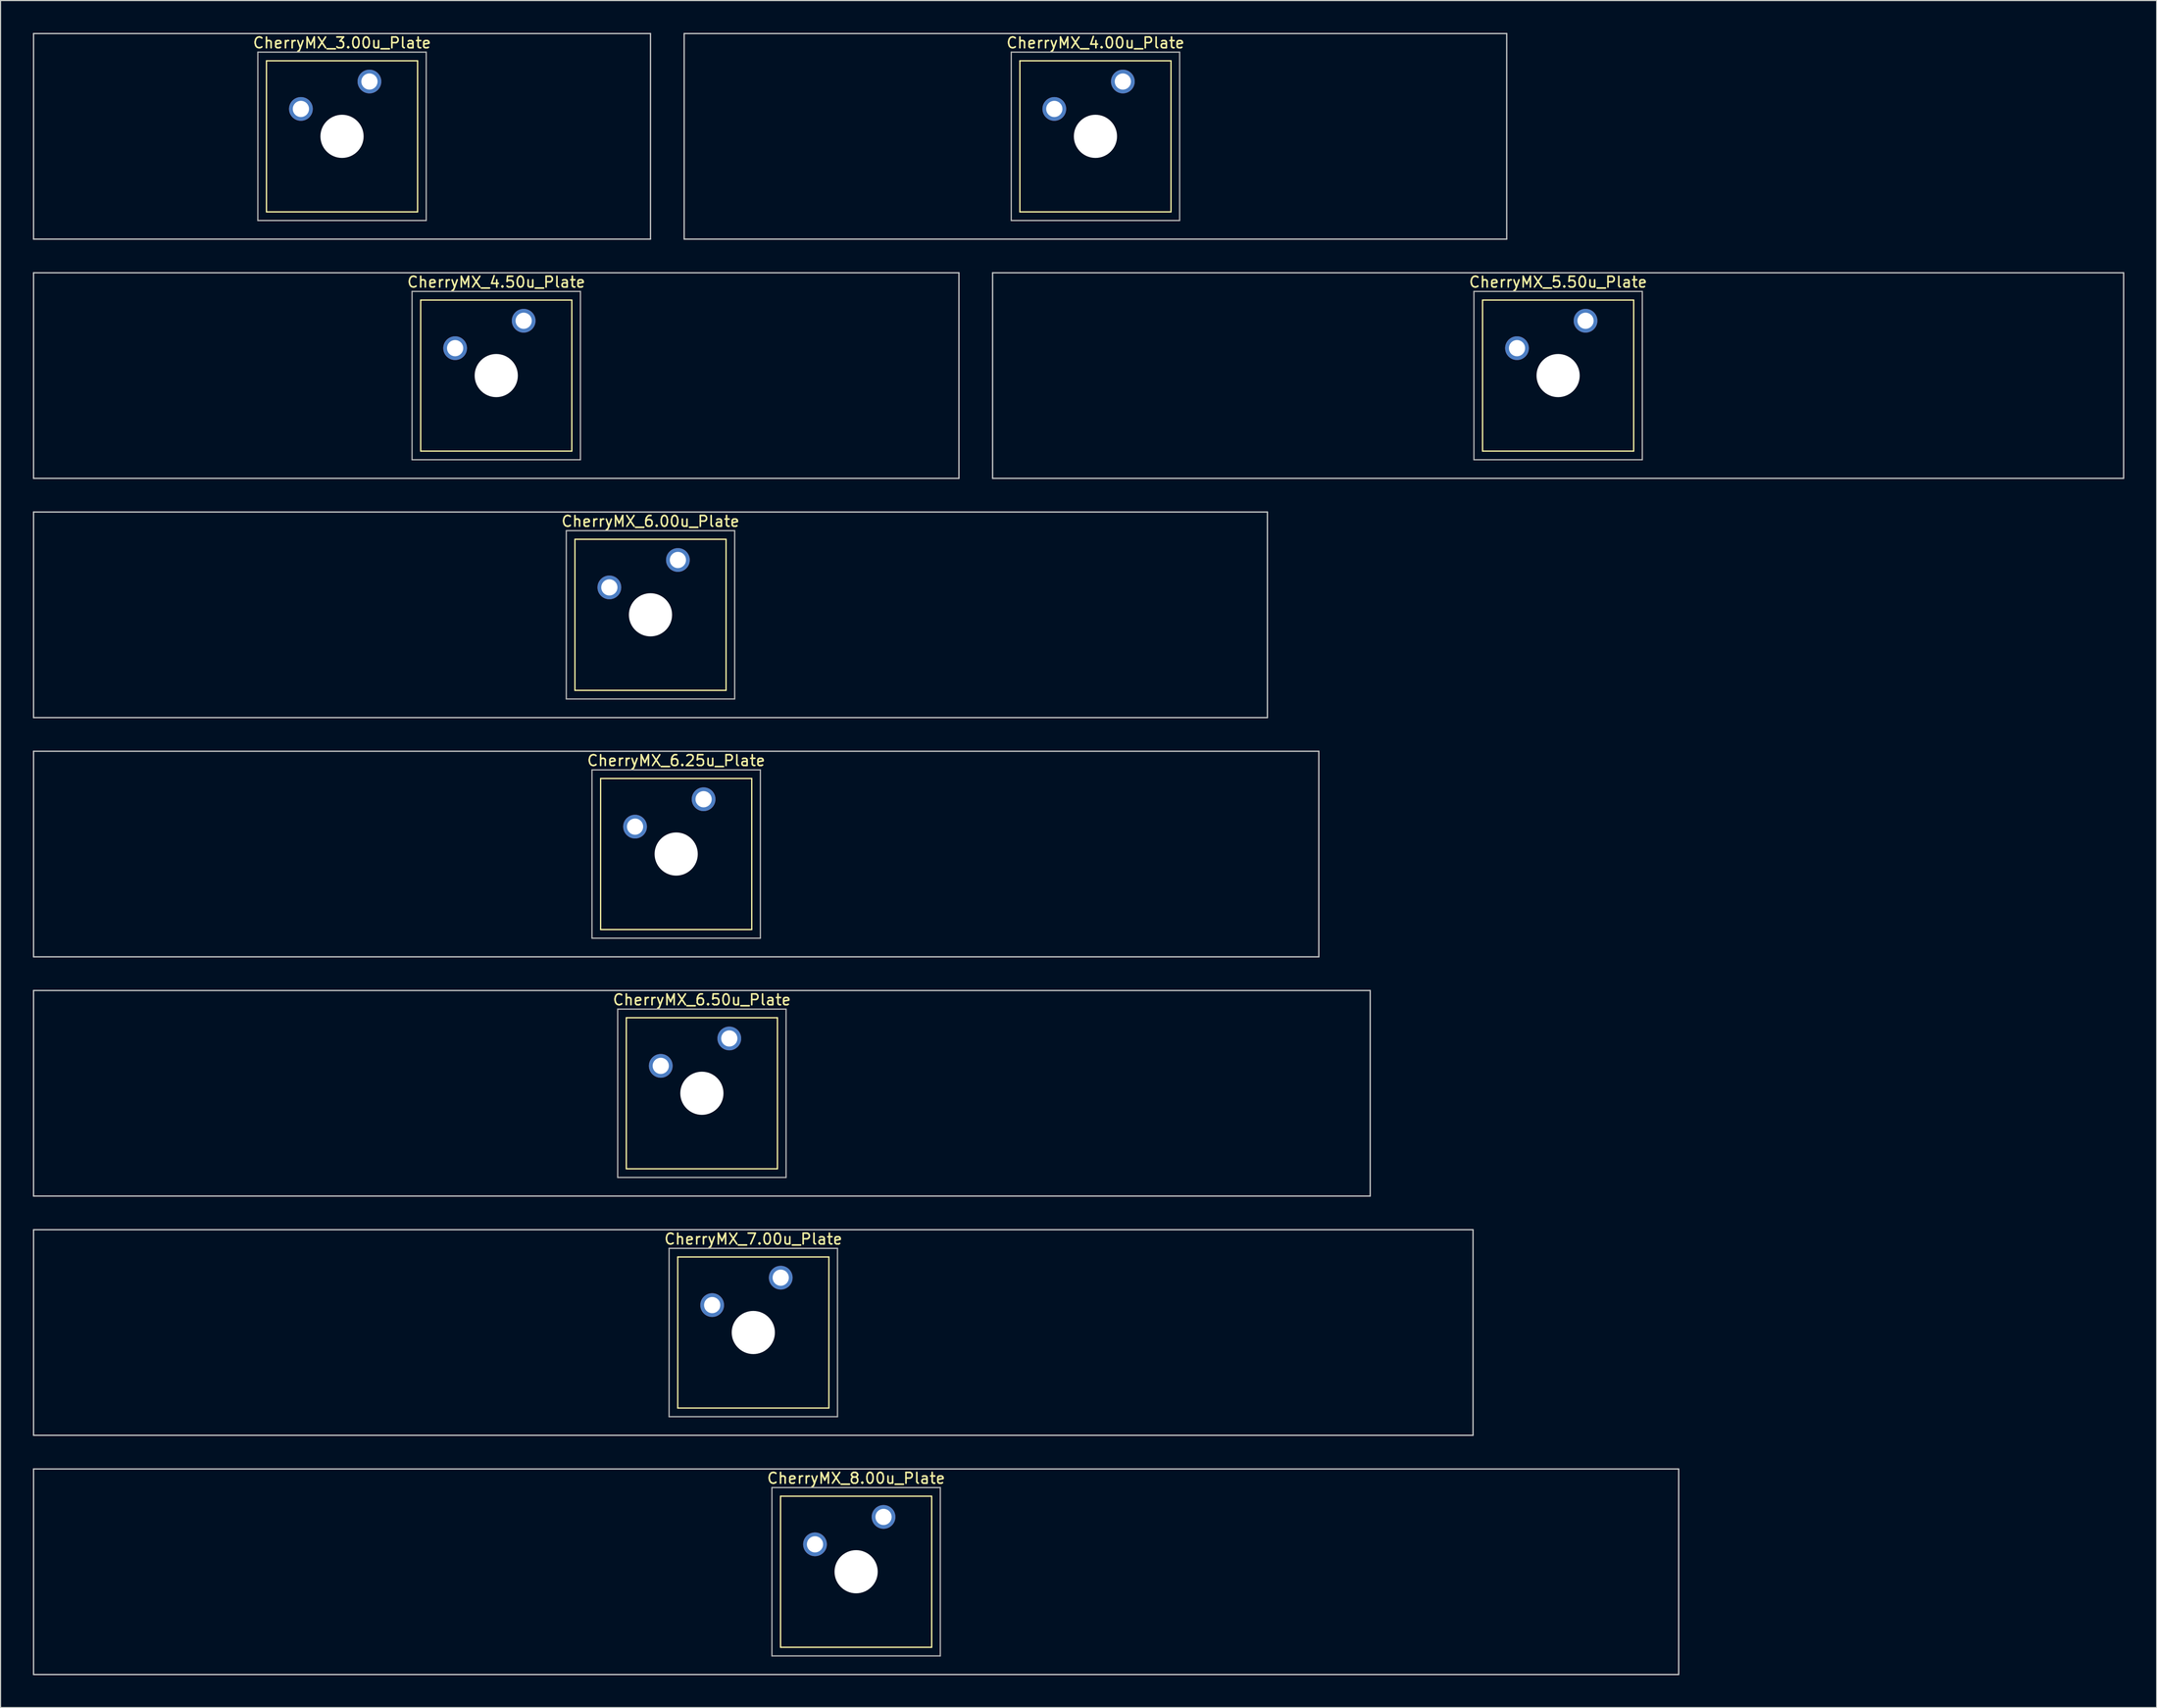
<source format=kicad_pcb>
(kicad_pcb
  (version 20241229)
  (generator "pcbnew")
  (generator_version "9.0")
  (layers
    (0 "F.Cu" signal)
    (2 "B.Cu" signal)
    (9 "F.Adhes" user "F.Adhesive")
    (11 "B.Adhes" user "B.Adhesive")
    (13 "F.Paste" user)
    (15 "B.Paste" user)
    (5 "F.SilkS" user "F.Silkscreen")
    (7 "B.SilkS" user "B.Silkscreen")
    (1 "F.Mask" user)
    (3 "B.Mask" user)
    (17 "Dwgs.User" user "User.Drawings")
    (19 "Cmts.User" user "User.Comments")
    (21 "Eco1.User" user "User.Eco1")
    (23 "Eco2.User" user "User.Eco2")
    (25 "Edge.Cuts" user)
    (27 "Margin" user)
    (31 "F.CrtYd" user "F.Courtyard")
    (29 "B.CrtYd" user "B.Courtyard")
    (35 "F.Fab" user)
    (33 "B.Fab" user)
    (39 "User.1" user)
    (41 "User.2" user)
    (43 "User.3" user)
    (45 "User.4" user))
  (footprint "CherryMX_3.00u_Plate"
    (layer "F.Cu")
    (at 28.635 9.585)
    (property "Reference" "CherryMX_3.00u_Plate" (at 0 -8.662 0) (layer "F.SilkS") (effects (font (size 1 1) (thickness 0.15))))
    (attr through_hole)
    (fp_line (start -7 -7) (end -7 7) (stroke (width 0.12) (type solid)) (layer "F.SilkS"))
    (fp_line (start -7 -7) (end 7 -7) (stroke (width 0.12) (type solid)) (layer "F.SilkS"))
    (fp_line (start 7 -7) (end 7 7) (stroke (width 0.12) (type solid)) (layer "F.SilkS"))
    (fp_line (start 7 7) (end -7 7) (stroke (width 0.12) (type solid)) (layer "F.SilkS"))
    (fp_line (start -28.575 -9.525) (end 28.575 -9.525) (stroke (width 0.12) (type solid)) (layer "Dwgs.User"))
    (fp_line (start -28.575 9.525) (end -28.575 -9.525) (stroke (width 0.12) (type solid)) (layer "Dwgs.User"))
    (fp_line (start 28.575 -9.525) (end 28.575 9.525) (stroke (width 0.12) (type solid)) (layer "Dwgs.User"))
    (fp_line (start 28.575 9.525) (end -28.575 9.525) (stroke (width 0.12) (type solid)) (layer "Dwgs.User"))
    (fp_line (start -7.8 -7.8) (end -7.8 7.8) (stroke (width 0.12) (type solid)) (layer "F.Fab"))
    (fp_line (start -7.8 -7.8) (end 7.8 -7.8) (stroke (width 0.12) (type solid)) (layer "F.Fab"))
    (fp_line (start -7.8 7.8) (end 7.8 7.8) (stroke (width 0.12) (type solid)) (layer "F.Fab"))
    (fp_line (start 7.8 -7.8) (end 7.8 7.8) (stroke (width 0.12) (type solid)) (layer "F.Fab"))
    (pad "" np_thru_hole circle (at 0 0) (size 4 4) (drill 4) (layers "*.Cu" "*.Mask"))
    (pad "1" thru_hole circle (at -3.81 -2.54) (size 2.2 2.2) (drill 1.5) (layers "*.Cu" "*.Mask"))
    (pad "2" thru_hole circle (at 2.54 -5.08) (size 2.2 2.2) (drill 1.5) (layers "*.Cu" "*.Mask")))
  (footprint "CherryMX_6.00u_Plate"
    (layer "F.Cu")
    (at 57.21 53.925)
    (property "Reference" "CherryMX_6.00u_Plate" (at 0 -8.662 0) (layer "F.SilkS") (effects (font (size 1 1) (thickness 0.15))))
    (attr through_hole)
    (fp_line (start -7 -7) (end -7 7) (stroke (width 0.12) (type solid)) (layer "F.SilkS"))
    (fp_line (start -7 -7) (end 7 -7) (stroke (width 0.12) (type solid)) (layer "F.SilkS"))
    (fp_line (start 7 -7) (end 7 7) (stroke (width 0.12) (type solid)) (layer "F.SilkS"))
    (fp_line (start 7 7) (end -7 7) (stroke (width 0.12) (type solid)) (layer "F.SilkS"))
    (fp_line (start -57.15 -9.525) (end 57.15 -9.525) (stroke (width 0.12) (type solid)) (layer "Dwgs.User"))
    (fp_line (start -57.15 9.525) (end -57.15 -9.525) (stroke (width 0.12) (type solid)) (layer "Dwgs.User"))
    (fp_line (start 57.15 -9.525) (end 57.15 9.525) (stroke (width 0.12) (type solid)) (layer "Dwgs.User"))
    (fp_line (start 57.15 9.525) (end -57.15 9.525) (stroke (width 0.12) (type solid)) (layer "Dwgs.User"))
    (fp_line (start -7.8 -7.8) (end -7.8 7.8) (stroke (width 0.12) (type solid)) (layer "F.Fab"))
    (fp_line (start -7.8 -7.8) (end 7.8 -7.8) (stroke (width 0.12) (type solid)) (layer "F.Fab"))
    (fp_line (start -7.8 7.8) (end 7.8 7.8) (stroke (width 0.12) (type solid)) (layer "F.Fab"))
    (fp_line (start 7.8 -7.8) (end 7.8 7.8) (stroke (width 0.12) (type solid)) (layer "F.Fab"))
    (pad "" np_thru_hole circle (at 0 0) (size 4 4) (drill 4) (layers "*.Cu" "*.Mask"))
    (pad "1" thru_hole circle (at -3.81 -2.54) (size 2.2 2.2) (drill 1.5) (layers "*.Cu" "*.Mask"))
    (pad "2" thru_hole circle (at 2.54 -5.08) (size 2.2 2.2) (drill 1.5) (layers "*.Cu" "*.Mask")))
  (footprint "CherryMX_4.50u_Plate"
    (layer "F.Cu")
    (at 42.922 31.755)
    (property "Reference" "CherryMX_4.50u_Plate" (at 0 -8.662 0) (layer "F.SilkS") (effects (font (size 1 1) (thickness 0.15))))
    (attr through_hole)
    (fp_line (start -7 -7) (end -7 7) (stroke (width 0.12) (type solid)) (layer "F.SilkS"))
    (fp_line (start -7 -7) (end 7 -7) (stroke (width 0.12) (type solid)) (layer "F.SilkS"))
    (fp_line (start 7 -7) (end 7 7) (stroke (width 0.12) (type solid)) (layer "F.SilkS"))
    (fp_line (start 7 7) (end -7 7) (stroke (width 0.12) (type solid)) (layer "F.SilkS"))
    (fp_line (start -42.862 -9.525) (end 42.862 -9.525) (stroke (width 0.12) (type solid)) (layer "Dwgs.User"))
    (fp_line (start -42.862 9.525) (end -42.862 -9.525) (stroke (width 0.12) (type solid)) (layer "Dwgs.User"))
    (fp_line (start 42.862 -9.525) (end 42.862 9.525) (stroke (width 0.12) (type solid)) (layer "Dwgs.User"))
    (fp_line (start 42.862 9.525) (end -42.862 9.525) (stroke (width 0.12) (type solid)) (layer "Dwgs.User"))
    (fp_line (start -7.8 -7.8) (end -7.8 7.8) (stroke (width 0.12) (type solid)) (layer "F.Fab"))
    (fp_line (start -7.8 -7.8) (end 7.8 -7.8) (stroke (width 0.12) (type solid)) (layer "F.Fab"))
    (fp_line (start -7.8 7.8) (end 7.8 7.8) (stroke (width 0.12) (type solid)) (layer "F.Fab"))
    (fp_line (start 7.8 -7.8) (end 7.8 7.8) (stroke (width 0.12) (type solid)) (layer "F.Fab"))
    (pad "" np_thru_hole circle (at 0 0) (size 4 4) (drill 4) (layers "*.Cu" "*.Mask"))
    (pad "1" thru_hole circle (at -3.81 -2.54) (size 2.2 2.2) (drill 1.5) (layers "*.Cu" "*.Mask"))
    (pad "2" thru_hole circle (at 2.54 -5.08) (size 2.2 2.2) (drill 1.5) (layers "*.Cu" "*.Mask")))
  (footprint "CherryMX_8.00u_Plate"
    (layer "F.Cu")
    (at 76.26 142.605)
    (property "Reference" "CherryMX_8.00u_Plate" (at 0 -8.662 0) (layer "F.SilkS") (effects (font (size 1 1) (thickness 0.15))))
    (attr through_hole)
    (fp_line (start -7 -7) (end -7 7) (stroke (width 0.12) (type solid)) (layer "F.SilkS"))
    (fp_line (start -7 -7) (end 7 -7) (stroke (width 0.12) (type solid)) (layer "F.SilkS"))
    (fp_line (start 7 -7) (end 7 7) (stroke (width 0.12) (type solid)) (layer "F.SilkS"))
    (fp_line (start 7 7) (end -7 7) (stroke (width 0.12) (type solid)) (layer "F.SilkS"))
    (fp_line (start -76.2 -9.525) (end 76.2 -9.525) (stroke (width 0.12) (type solid)) (layer "Dwgs.User"))
    (fp_line (start -76.2 9.525) (end -76.2 -9.525) (stroke (width 0.12) (type solid)) (layer "Dwgs.User"))
    (fp_line (start 76.2 -9.525) (end 76.2 9.525) (stroke (width 0.12) (type solid)) (layer "Dwgs.User"))
    (fp_line (start 76.2 9.525) (end -76.2 9.525) (stroke (width 0.12) (type solid)) (layer "Dwgs.User"))
    (fp_line (start -7.8 -7.8) (end -7.8 7.8) (stroke (width 0.12) (type solid)) (layer "F.Fab"))
    (fp_line (start -7.8 -7.8) (end 7.8 -7.8) (stroke (width 0.12) (type solid)) (layer "F.Fab"))
    (fp_line (start -7.8 7.8) (end 7.8 7.8) (stroke (width 0.12) (type solid)) (layer "F.Fab"))
    (fp_line (start 7.8 -7.8) (end 7.8 7.8) (stroke (width 0.12) (type solid)) (layer "F.Fab"))
    (pad "" np_thru_hole circle (at 0 0) (size 4 4) (drill 4) (layers "*.Cu" "*.Mask"))
    (pad "1" thru_hole circle (at -3.81 -2.54) (size 2.2 2.2) (drill 1.5) (layers "*.Cu" "*.Mask"))
    (pad "2" thru_hole circle (at 2.54 -5.08) (size 2.2 2.2) (drill 1.5) (layers "*.Cu" "*.Mask")))
  (footprint "CherryMX_6.50u_Plate"
    (layer "F.Cu")
    (at 61.972 98.265)
    (property "Reference" "CherryMX_6.50u_Plate" (at 0 -8.662 0) (layer "F.SilkS") (effects (font (size 1 1) (thickness 0.15))))
    (attr through_hole)
    (fp_line (start -7 -7) (end -7 7) (stroke (width 0.12) (type solid)) (layer "F.SilkS"))
    (fp_line (start -7 -7) (end 7 -7) (stroke (width 0.12) (type solid)) (layer "F.SilkS"))
    (fp_line (start 7 -7) (end 7 7) (stroke (width 0.12) (type solid)) (layer "F.SilkS"))
    (fp_line (start 7 7) (end -7 7) (stroke (width 0.12) (type solid)) (layer "F.SilkS"))
    (fp_line (start -61.913 -9.525) (end 61.913 -9.525) (stroke (width 0.12) (type solid)) (layer "Dwgs.User"))
    (fp_line (start -61.913 9.525) (end -61.913 -9.525) (stroke (width 0.12) (type solid)) (layer "Dwgs.User"))
    (fp_line (start 61.913 -9.525) (end 61.913 9.525) (stroke (width 0.12) (type solid)) (layer "Dwgs.User"))
    (fp_line (start 61.913 9.525) (end -61.913 9.525) (stroke (width 0.12) (type solid)) (layer "Dwgs.User"))
    (fp_line (start -7.8 -7.8) (end -7.8 7.8) (stroke (width 0.12) (type solid)) (layer "F.Fab"))
    (fp_line (start -7.8 -7.8) (end 7.8 -7.8) (stroke (width 0.12) (type solid)) (layer "F.Fab"))
    (fp_line (start -7.8 7.8) (end 7.8 7.8) (stroke (width 0.12) (type solid)) (layer "F.Fab"))
    (fp_line (start 7.8 -7.8) (end 7.8 7.8) (stroke (width 0.12) (type solid)) (layer "F.Fab"))
    (pad "" np_thru_hole circle (at 0 0) (size 4 4) (drill 4) (layers "*.Cu" "*.Mask"))
    (pad "1" thru_hole circle (at -3.81 -2.54) (size 2.2 2.2) (drill 1.5) (layers "*.Cu" "*.Mask"))
    (pad "2" thru_hole circle (at 2.54 -5.08) (size 2.2 2.2) (drill 1.5) (layers "*.Cu" "*.Mask")))
  (footprint "CherryMX_5.50u_Plate"
    (layer "F.Cu")
    (at 141.292 31.755)
    (property "Reference" "CherryMX_5.50u_Plate" (at 0 -8.662 0) (layer "F.SilkS") (effects (font (size 1 1) (thickness 0.15))))
    (attr through_hole)
    (fp_line (start -7 -7) (end -7 7) (stroke (width 0.12) (type solid)) (layer "F.SilkS"))
    (fp_line (start -7 -7) (end 7 -7) (stroke (width 0.12) (type solid)) (layer "F.SilkS"))
    (fp_line (start 7 -7) (end 7 7) (stroke (width 0.12) (type solid)) (layer "F.SilkS"))
    (fp_line (start 7 7) (end -7 7) (stroke (width 0.12) (type solid)) (layer "F.SilkS"))
    (fp_line (start -52.388 -9.525) (end 52.388 -9.525) (stroke (width 0.12) (type solid)) (layer "Dwgs.User"))
    (fp_line (start -52.388 9.525) (end -52.388 -9.525) (stroke (width 0.12) (type solid)) (layer "Dwgs.User"))
    (fp_line (start 52.388 -9.525) (end 52.388 9.525) (stroke (width 0.12) (type solid)) (layer "Dwgs.User"))
    (fp_line (start 52.388 9.525) (end -52.388 9.525) (stroke (width 0.12) (type solid)) (layer "Dwgs.User"))
    (fp_line (start -7.8 -7.8) (end -7.8 7.8) (stroke (width 0.12) (type solid)) (layer "F.Fab"))
    (fp_line (start -7.8 -7.8) (end 7.8 -7.8) (stroke (width 0.12) (type solid)) (layer "F.Fab"))
    (fp_line (start -7.8 7.8) (end 7.8 7.8) (stroke (width 0.12) (type solid)) (layer "F.Fab"))
    (fp_line (start 7.8 -7.8) (end 7.8 7.8) (stroke (width 0.12) (type solid)) (layer "F.Fab"))
    (pad "" np_thru_hole circle (at 0 0) (size 4 4) (drill 4) (layers "*.Cu" "*.Mask"))
    (pad "1" thru_hole circle (at -3.81 -2.54) (size 2.2 2.2) (drill 1.5) (layers "*.Cu" "*.Mask"))
    (pad "2" thru_hole circle (at 2.54 -5.08) (size 2.2 2.2) (drill 1.5) (layers "*.Cu" "*.Mask")))
  (footprint "CherryMX_4.00u_Plate"
    (layer "F.Cu")
    (at 98.43 9.585)
    (property "Reference" "CherryMX_4.00u_Plate" (at 0 -8.662 0) (layer "F.SilkS") (effects (font (size 1 1) (thickness 0.15))))
    (attr through_hole)
    (fp_line (start -7 -7) (end -7 7) (stroke (width 0.12) (type solid)) (layer "F.SilkS"))
    (fp_line (start -7 -7) (end 7 -7) (stroke (width 0.12) (type solid)) (layer "F.SilkS"))
    (fp_line (start 7 -7) (end 7 7) (stroke (width 0.12) (type solid)) (layer "F.SilkS"))
    (fp_line (start 7 7) (end -7 7) (stroke (width 0.12) (type solid)) (layer "F.SilkS"))
    (fp_line (start -38.1 -9.525) (end 38.1 -9.525) (stroke (width 0.12) (type solid)) (layer "Dwgs.User"))
    (fp_line (start -38.1 9.525) (end -38.1 -9.525) (stroke (width 0.12) (type solid)) (layer "Dwgs.User"))
    (fp_line (start 38.1 -9.525) (end 38.1 9.525) (stroke (width 0.12) (type solid)) (layer "Dwgs.User"))
    (fp_line (start 38.1 9.525) (end -38.1 9.525) (stroke (width 0.12) (type solid)) (layer "Dwgs.User"))
    (fp_line (start -7.8 -7.8) (end -7.8 7.8) (stroke (width 0.12) (type solid)) (layer "F.Fab"))
    (fp_line (start -7.8 -7.8) (end 7.8 -7.8) (stroke (width 0.12) (type solid)) (layer "F.Fab"))
    (fp_line (start -7.8 7.8) (end 7.8 7.8) (stroke (width 0.12) (type solid)) (layer "F.Fab"))
    (fp_line (start 7.8 -7.8) (end 7.8 7.8) (stroke (width 0.12) (type solid)) (layer "F.Fab"))
    (pad "" np_thru_hole circle (at 0 0) (size 4 4) (drill 4) (layers "*.Cu" "*.Mask"))
    (pad "1" thru_hole circle (at -3.81 -2.54) (size 2.2 2.2) (drill 1.5) (layers "*.Cu" "*.Mask"))
    (pad "2" thru_hole circle (at 2.54 -5.08) (size 2.2 2.2) (drill 1.5) (layers "*.Cu" "*.Mask")))
  (footprint "CherryMX_6.25u_Plate"
    (layer "F.Cu")
    (at 59.591 76.095)
    (property "Reference" "CherryMX_6.25u_Plate" (at 0 -8.662 0) (layer "F.SilkS") (effects (font (size 1 1) (thickness 0.15))))
    (attr through_hole)
    (fp_line (start -7 -7) (end -7 7) (stroke (width 0.12) (type solid)) (layer "F.SilkS"))
    (fp_line (start -7 -7) (end 7 -7) (stroke (width 0.12) (type solid)) (layer "F.SilkS"))
    (fp_line (start 7 -7) (end 7 7) (stroke (width 0.12) (type solid)) (layer "F.SilkS"))
    (fp_line (start 7 7) (end -7 7) (stroke (width 0.12) (type solid)) (layer "F.SilkS"))
    (fp_line (start -59.531 -9.525) (end 59.531 -9.525) (stroke (width 0.12) (type solid)) (layer "Dwgs.User"))
    (fp_line (start -59.531 9.525) (end -59.531 -9.525) (stroke (width 0.12) (type solid)) (layer "Dwgs.User"))
    (fp_line (start 59.531 -9.525) (end 59.531 9.525) (stroke (width 0.12) (type solid)) (layer "Dwgs.User"))
    (fp_line (start 59.531 9.525) (end -59.531 9.525) (stroke (width 0.12) (type solid)) (layer "Dwgs.User"))
    (fp_line (start -7.8 -7.8) (end -7.8 7.8) (stroke (width 0.12) (type solid)) (layer "F.Fab"))
    (fp_line (start -7.8 -7.8) (end 7.8 -7.8) (stroke (width 0.12) (type solid)) (layer "F.Fab"))
    (fp_line (start -7.8 7.8) (end 7.8 7.8) (stroke (width 0.12) (type solid)) (layer "F.Fab"))
    (fp_line (start 7.8 -7.8) (end 7.8 7.8) (stroke (width 0.12) (type solid)) (layer "F.Fab"))
    (pad "" np_thru_hole circle (at 0 0) (size 4 4) (drill 4) (layers "*.Cu" "*.Mask"))
    (pad "1" thru_hole circle (at -3.81 -2.54) (size 2.2 2.2) (drill 1.5) (layers "*.Cu" "*.Mask"))
    (pad "2" thru_hole circle (at 2.54 -5.08) (size 2.2 2.2) (drill 1.5) (layers "*.Cu" "*.Mask")))
  (footprint "CherryMX_7.00u_Plate"
    (layer "F.Cu")
    (at 66.735 120.435)
    (property "Reference" "CherryMX_7.00u_Plate" (at 0 -8.662 0) (layer "F.SilkS") (effects (font (size 1 1) (thickness 0.15))))
    (attr through_hole)
    (fp_line (start -7 -7) (end -7 7) (stroke (width 0.12) (type solid)) (layer "F.SilkS"))
    (fp_line (start -7 -7) (end 7 -7) (stroke (width 0.12) (type solid)) (layer "F.SilkS"))
    (fp_line (start 7 -7) (end 7 7) (stroke (width 0.12) (type solid)) (layer "F.SilkS"))
    (fp_line (start 7 7) (end -7 7) (stroke (width 0.12) (type solid)) (layer "F.SilkS"))
    (fp_line (start -66.675 -9.525) (end 66.675 -9.525) (stroke (width 0.12) (type solid)) (layer "Dwgs.User"))
    (fp_line (start -66.675 9.525) (end -66.675 -9.525) (stroke (width 0.12) (type solid)) (layer "Dwgs.User"))
    (fp_line (start 66.675 -9.525) (end 66.675 9.525) (stroke (width 0.12) (type solid)) (layer "Dwgs.User"))
    (fp_line (start 66.675 9.525) (end -66.675 9.525) (stroke (width 0.12) (type solid)) (layer "Dwgs.User"))
    (fp_line (start -7.8 -7.8) (end -7.8 7.8) (stroke (width 0.12) (type solid)) (layer "F.Fab"))
    (fp_line (start -7.8 -7.8) (end 7.8 -7.8) (stroke (width 0.12) (type solid)) (layer "F.Fab"))
    (fp_line (start -7.8 7.8) (end 7.8 7.8) (stroke (width 0.12) (type solid)) (layer "F.Fab"))
    (fp_line (start 7.8 -7.8) (end 7.8 7.8) (stroke (width 0.12) (type solid)) (layer "F.Fab"))
    (pad "" np_thru_hole circle (at 0 0) (size 4 4) (drill 4) (layers "*.Cu" "*.Mask"))
    (pad "1" thru_hole circle (at -3.81 -2.54) (size 2.2 2.2) (drill 1.5) (layers "*.Cu" "*.Mask"))
    (pad "2" thru_hole circle (at 2.54 -5.08) (size 2.2 2.2) (drill 1.5) (layers "*.Cu" "*.Mask")))
  (gr_rect
    (start -3 -3)
    (end 196.74 155.19)
    (stroke (width 0.1) (type default))
    (fill no)
    (layer "Edge.Cuts")))
</source>
